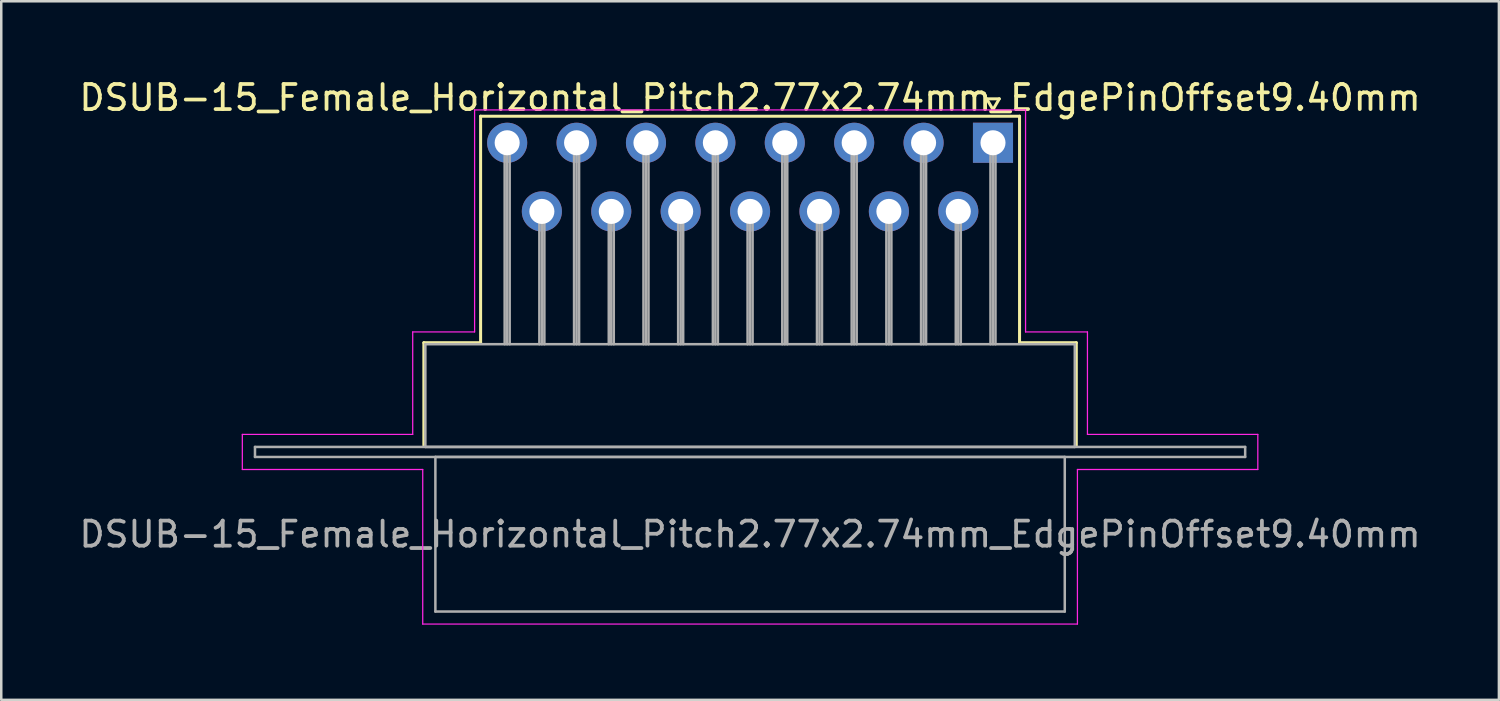
<source format=kicad_pcb>
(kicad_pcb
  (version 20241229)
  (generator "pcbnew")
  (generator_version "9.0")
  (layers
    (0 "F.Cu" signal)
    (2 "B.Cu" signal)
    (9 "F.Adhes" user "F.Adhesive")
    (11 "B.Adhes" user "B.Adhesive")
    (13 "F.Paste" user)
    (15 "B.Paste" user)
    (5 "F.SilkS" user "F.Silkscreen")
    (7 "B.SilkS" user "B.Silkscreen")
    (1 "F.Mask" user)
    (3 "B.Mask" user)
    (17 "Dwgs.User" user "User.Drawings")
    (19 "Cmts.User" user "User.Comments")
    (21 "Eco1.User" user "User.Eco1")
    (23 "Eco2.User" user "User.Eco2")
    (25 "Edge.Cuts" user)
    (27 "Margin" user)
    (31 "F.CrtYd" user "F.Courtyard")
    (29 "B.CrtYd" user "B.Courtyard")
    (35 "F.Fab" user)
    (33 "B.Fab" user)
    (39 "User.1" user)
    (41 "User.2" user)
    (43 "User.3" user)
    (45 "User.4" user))
  (footprint "DSUB-15_Female_Horizontal_Pitch2.77x2.74mm_EdgePinOffset9.40mm"
    (layer "F.Cu")
    (at 36.582 2.648)
    (property "Reference" "DSUB-15_Female_Horizontal_Pitch2.77x2.74mm_EdgePinOffset9.40mm" (at -9.695 -1.8 0) (layer "F.SilkS") (effects (font (size 1 1) (thickness 0.15))))
    (attr through_hole)
    (fp_line (start -22.715 7.98) (end -20.45 7.98) (stroke (width 0.12) (type solid)) (layer "F.SilkS"))
    (fp_line (start -22.715 12.08) (end -22.715 7.98) (stroke (width 0.12) (type solid)) (layer "F.SilkS"))
    (fp_line (start -20.45 -1.06) (end 1.06 -1.06) (stroke (width 0.12) (type solid)) (layer "F.SilkS"))
    (fp_line (start -20.45 7.98) (end -20.45 -1.06) (stroke (width 0.12) (type solid)) (layer "F.SilkS"))
    (fp_line (start -0.25 -1.754) (end 0.25 -1.754) (stroke (width 0.12) (type solid)) (layer "F.SilkS"))
    (fp_line (start 0 -1.321) (end -0.25 -1.754) (stroke (width 0.12) (type solid)) (layer "F.SilkS"))
    (fp_line (start 0.25 -1.754) (end 0 -1.321) (stroke (width 0.12) (type solid)) (layer "F.SilkS"))
    (fp_line (start 1.06 -1.06) (end 1.06 7.98) (stroke (width 0.12) (type solid)) (layer "F.SilkS"))
    (fp_line (start 1.06 7.98) (end 3.325 7.98) (stroke (width 0.12) (type solid)) (layer "F.SilkS"))
    (fp_line (start 3.325 7.98) (end 3.325 12.08) (stroke (width 0.12) (type solid)) (layer "F.SilkS"))
    (fp_line (start -29.96 11.64) (end -23.16 11.64) (stroke (width 0.05) (type solid)) (layer "F.CrtYd"))
    (fp_line (start -29.96 13.04) (end -29.96 11.64) (stroke (width 0.05) (type solid)) (layer "F.CrtYd"))
    (fp_line (start -23.16 7.55) (end -20.69 7.55) (stroke (width 0.05) (type solid)) (layer "F.CrtYd"))
    (fp_line (start -23.16 11.64) (end -23.16 7.55) (stroke (width 0.05) (type solid)) (layer "F.CrtYd"))
    (fp_line (start -22.76 13.04) (end -29.96 13.04) (stroke (width 0.05) (type solid)) (layer "F.CrtYd"))
    (fp_line (start -22.76 19.21) (end -22.76 13.04) (stroke (width 0.05) (type solid)) (layer "F.CrtYd"))
    (fp_line (start -20.69 -1.31) (end 1.3 -1.31) (stroke (width 0.05) (type solid)) (layer "F.CrtYd"))
    (fp_line (start -20.69 7.55) (end -20.69 -1.31) (stroke (width 0.05) (type solid)) (layer "F.CrtYd"))
    (fp_line (start 1.3 -1.31) (end 1.3 7.55) (stroke (width 0.05) (type solid)) (layer "F.CrtYd"))
    (fp_line (start 1.3 7.55) (end 3.77 7.55) (stroke (width 0.05) (type solid)) (layer "F.CrtYd"))
    (fp_line (start 3.37 13.04) (end 3.37 19.21) (stroke (width 0.05) (type solid)) (layer "F.CrtYd"))
    (fp_line (start 3.37 19.21) (end -22.76 19.21) (stroke (width 0.05) (type solid)) (layer "F.CrtYd"))
    (fp_line (start 3.77 7.55) (end 3.77 11.64) (stroke (width 0.05) (type solid)) (layer "F.CrtYd"))
    (fp_line (start 3.77 11.64) (end 10.57 11.64) (stroke (width 0.05) (type solid)) (layer "F.CrtYd"))
    (fp_line (start 10.57 11.64) (end 10.57 13.04) (stroke (width 0.05) (type solid)) (layer "F.CrtYd"))
    (fp_line (start 10.57 13.04) (end 3.37 13.04) (stroke (width 0.05) (type solid)) (layer "F.CrtYd"))
    (fp_line (start -29.455 12.14) (end -29.455 12.54) (stroke (width 0.1) (type solid)) (layer "F.Fab"))
    (fp_line (start -29.455 12.54) (end 10.065 12.54) (stroke (width 0.1) (type solid)) (layer "F.Fab"))
    (fp_line (start -22.655 8.04) (end -22.655 12.14) (stroke (width 0.1) (type solid)) (layer "F.Fab"))
    (fp_line (start -22.655 12.14) (end 3.265 12.14) (stroke (width 0.1) (type solid)) (layer "F.Fab"))
    (fp_line (start -22.255 12.54) (end -22.255 18.71) (stroke (width 0.1) (type solid)) (layer "F.Fab"))
    (fp_line (start -22.255 18.71) (end 2.865 18.71) (stroke (width 0.1) (type solid)) (layer "F.Fab"))
    (fp_line (start -19.49 0) (end -19.49 8.04) (stroke (width 0.1) (type solid)) (layer "F.Fab"))
    (fp_line (start -19.39 0) (end -19.39 8.04) (stroke (width 0.1) (type solid)) (layer "F.Fab"))
    (fp_line (start -19.29 0) (end -19.29 8.04) (stroke (width 0.1) (type solid)) (layer "F.Fab"))
    (fp_line (start -18.105 2.74) (end -18.105 8.04) (stroke (width 0.1) (type solid)) (layer "F.Fab"))
    (fp_line (start -18.005 2.74) (end -18.005 8.04) (stroke (width 0.1) (type solid)) (layer "F.Fab"))
    (fp_line (start -17.905 2.74) (end -17.905 8.04) (stroke (width 0.1) (type solid)) (layer "F.Fab"))
    (fp_line (start -16.72 0) (end -16.72 8.04) (stroke (width 0.1) (type solid)) (layer "F.Fab"))
    (fp_line (start -16.62 0) (end -16.62 8.04) (stroke (width 0.1) (type solid)) (layer "F.Fab"))
    (fp_line (start -16.52 0) (end -16.52 8.04) (stroke (width 0.1) (type solid)) (layer "F.Fab"))
    (fp_line (start -15.335 2.74) (end -15.335 8.04) (stroke (width 0.1) (type solid)) (layer "F.Fab"))
    (fp_line (start -15.235 2.74) (end -15.235 8.04) (stroke (width 0.1) (type solid)) (layer "F.Fab"))
    (fp_line (start -15.135 2.74) (end -15.135 8.04) (stroke (width 0.1) (type solid)) (layer "F.Fab"))
    (fp_line (start -13.95 0) (end -13.95 8.04) (stroke (width 0.1) (type solid)) (layer "F.Fab"))
    (fp_line (start -13.85 0) (end -13.85 8.04) (stroke (width 0.1) (type solid)) (layer "F.Fab"))
    (fp_line (start -13.75 0) (end -13.75 8.04) (stroke (width 0.1) (type solid)) (layer "F.Fab"))
    (fp_line (start -12.565 2.74) (end -12.565 8.04) (stroke (width 0.1) (type solid)) (layer "F.Fab"))
    (fp_line (start -12.465 2.74) (end -12.465 8.04) (stroke (width 0.1) (type solid)) (layer "F.Fab"))
    (fp_line (start -12.365 2.74) (end -12.365 8.04) (stroke (width 0.1) (type solid)) (layer "F.Fab"))
    (fp_line (start -11.18 0) (end -11.18 8.04) (stroke (width 0.1) (type solid)) (layer "F.Fab"))
    (fp_line (start -11.08 0) (end -11.08 8.04) (stroke (width 0.1) (type solid)) (layer "F.Fab"))
    (fp_line (start -10.98 0) (end -10.98 8.04) (stroke (width 0.1) (type solid)) (layer "F.Fab"))
    (fp_line (start -9.795 2.74) (end -9.795 8.04) (stroke (width 0.1) (type solid)) (layer "F.Fab"))
    (fp_line (start -9.695 2.74) (end -9.695 8.04) (stroke (width 0.1) (type solid)) (layer "F.Fab"))
    (fp_line (start -9.595 2.74) (end -9.595 8.04) (stroke (width 0.1) (type solid)) (layer "F.Fab"))
    (fp_line (start -8.41 0) (end -8.41 8.04) (stroke (width 0.1) (type solid)) (layer "F.Fab"))
    (fp_line (start -8.31 0) (end -8.31 8.04) (stroke (width 0.1) (type solid)) (layer "F.Fab"))
    (fp_line (start -8.21 0) (end -8.21 8.04) (stroke (width 0.1) (type solid)) (layer "F.Fab"))
    (fp_line (start -7.025 2.74) (end -7.025 8.04) (stroke (width 0.1) (type solid)) (layer "F.Fab"))
    (fp_line (start -6.925 2.74) (end -6.925 8.04) (stroke (width 0.1) (type solid)) (layer "F.Fab"))
    (fp_line (start -6.825 2.74) (end -6.825 8.04) (stroke (width 0.1) (type solid)) (layer "F.Fab"))
    (fp_line (start -5.64 0) (end -5.64 8.04) (stroke (width 0.1) (type solid)) (layer "F.Fab"))
    (fp_line (start -5.54 0) (end -5.54 8.04) (stroke (width 0.1) (type solid)) (layer "F.Fab"))
    (fp_line (start -5.44 0) (end -5.44 8.04) (stroke (width 0.1) (type solid)) (layer "F.Fab"))
    (fp_line (start -4.255 2.74) (end -4.255 8.04) (stroke (width 0.1) (type solid)) (layer "F.Fab"))
    (fp_line (start -4.155 2.74) (end -4.155 8.04) (stroke (width 0.1) (type solid)) (layer "F.Fab"))
    (fp_line (start -4.055 2.74) (end -4.055 8.04) (stroke (width 0.1) (type solid)) (layer "F.Fab"))
    (fp_line (start -2.87 0) (end -2.87 8.04) (stroke (width 0.1) (type solid)) (layer "F.Fab"))
    (fp_line (start -2.77 0) (end -2.77 8.04) (stroke (width 0.1) (type solid)) (layer "F.Fab"))
    (fp_line (start -2.67 0) (end -2.67 8.04) (stroke (width 0.1) (type solid)) (layer "F.Fab"))
    (fp_line (start -1.485 2.74) (end -1.485 8.04) (stroke (width 0.1) (type solid)) (layer "F.Fab"))
    (fp_line (start -1.385 2.74) (end -1.385 8.04) (stroke (width 0.1) (type solid)) (layer "F.Fab"))
    (fp_line (start -1.285 2.74) (end -1.285 8.04) (stroke (width 0.1) (type solid)) (layer "F.Fab"))
    (fp_line (start -0.1 0) (end -0.1 8.04) (stroke (width 0.1) (type solid)) (layer "F.Fab"))
    (fp_line (start 0 0) (end 0 8.04) (stroke (width 0.1) (type solid)) (layer "F.Fab"))
    (fp_line (start 0.1 0) (end 0.1 8.04) (stroke (width 0.1) (type solid)) (layer "F.Fab"))
    (fp_line (start 2.865 12.54) (end -22.255 12.54) (stroke (width 0.1) (type solid)) (layer "F.Fab"))
    (fp_line (start 2.865 18.71) (end 2.865 12.54) (stroke (width 0.1) (type solid)) (layer "F.Fab"))
    (fp_line (start 3.265 8.04) (end -22.655 8.04) (stroke (width 0.1) (type solid)) (layer "F.Fab"))
    (fp_line (start 3.265 12.14) (end 3.265 8.04) (stroke (width 0.1) (type solid)) (layer "F.Fab"))
    (fp_line (start 10.065 12.14) (end -29.455 12.14) (stroke (width 0.1) (type solid)) (layer "F.Fab"))
    (fp_line (start 10.065 12.54) (end 10.065 12.14) (stroke (width 0.1) (type solid)) (layer "F.Fab"))
    (fp_text user "${REFERENCE}" (at -9.695 15.625 0) (layer "F.Fab") (effects (font (size 1 1) (thickness 0.15))))
    (pad "1" thru_hole rect (at 0 0) (size 1.6 1.6) (drill 1) (layers "*.Cu" "*.Mask"))
    (pad "2" thru_hole circle (at -2.77 0) (size 1.6 1.6) (drill 1) (layers "*.Cu" "*.Mask"))
    (pad "3" thru_hole circle (at -5.54 0) (size 1.6 1.6) (drill 1) (layers "*.Cu" "*.Mask"))
    (pad "4" thru_hole circle (at -8.31 0) (size 1.6 1.6) (drill 1) (layers "*.Cu" "*.Mask"))
    (pad "5" thru_hole circle (at -11.08 0) (size 1.6 1.6) (drill 1) (layers "*.Cu" "*.Mask"))
    (pad "6" thru_hole circle (at -13.85 0) (size 1.6 1.6) (drill 1) (layers "*.Cu" "*.Mask"))
    (pad "7" thru_hole circle (at -16.62 0) (size 1.6 1.6) (drill 1) (layers "*.Cu" "*.Mask"))
    (pad "8" thru_hole circle (at -19.39 0) (size 1.6 1.6) (drill 1) (layers "*.Cu" "*.Mask"))
    (pad "9" thru_hole circle (at -1.385 2.74) (size 1.6 1.6) (drill 1) (layers "*.Cu" "*.Mask"))
    (pad "10" thru_hole circle (at -4.155 2.74) (size 1.6 1.6) (drill 1) (layers "*.Cu" "*.Mask"))
    (pad "11" thru_hole circle (at -6.925 2.74) (size 1.6 1.6) (drill 1) (layers "*.Cu" "*.Mask"))
    (pad "12" thru_hole circle (at -9.695 2.74) (size 1.6 1.6) (drill 1) (layers "*.Cu" "*.Mask"))
    (pad "13" thru_hole circle (at -12.465 2.74) (size 1.6 1.6) (drill 1) (layers "*.Cu" "*.Mask"))
    (pad "14" thru_hole circle (at -15.235 2.74) (size 1.6 1.6) (drill 1) (layers "*.Cu" "*.Mask"))
    (pad "15" thru_hole circle (at -18.005 2.74) (size 1.6 1.6) (drill 1) (layers "*.Cu" "*.Mask")))
  (gr_rect
    (start -3 -3)
    (end 56.774 24.883)
    (stroke (width 0.1) (type default))
    (fill no)
    (layer "Edge.Cuts")))
</source>
